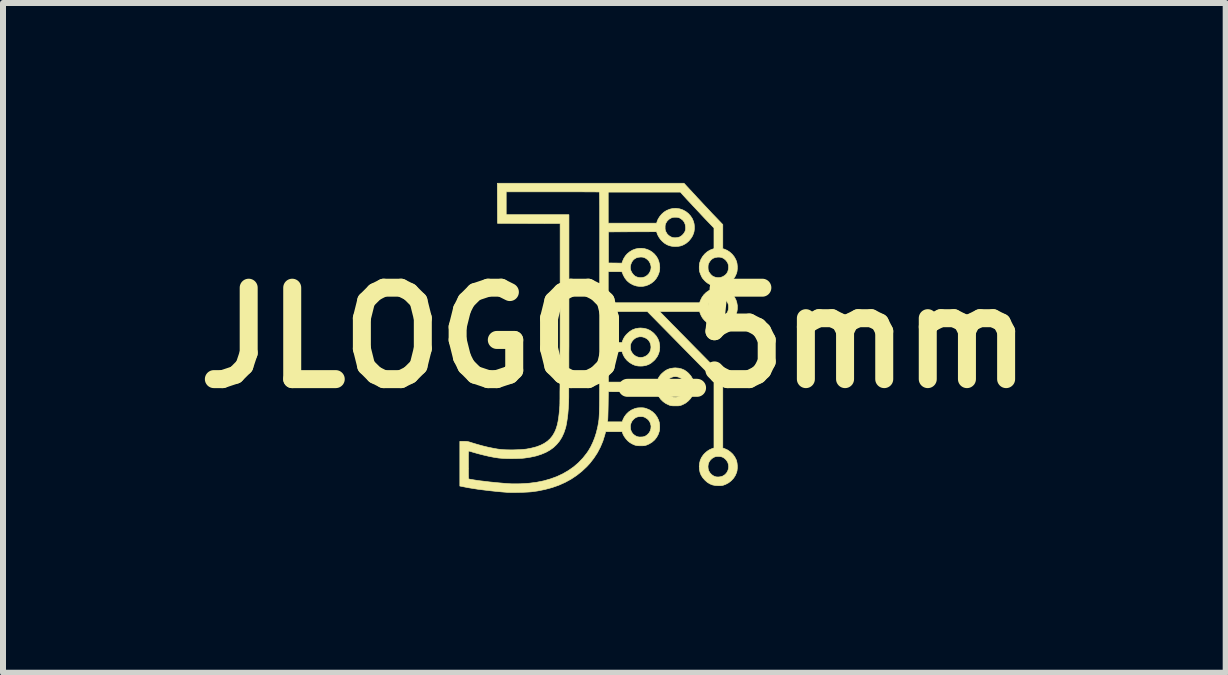
<source format=kicad_pcb>
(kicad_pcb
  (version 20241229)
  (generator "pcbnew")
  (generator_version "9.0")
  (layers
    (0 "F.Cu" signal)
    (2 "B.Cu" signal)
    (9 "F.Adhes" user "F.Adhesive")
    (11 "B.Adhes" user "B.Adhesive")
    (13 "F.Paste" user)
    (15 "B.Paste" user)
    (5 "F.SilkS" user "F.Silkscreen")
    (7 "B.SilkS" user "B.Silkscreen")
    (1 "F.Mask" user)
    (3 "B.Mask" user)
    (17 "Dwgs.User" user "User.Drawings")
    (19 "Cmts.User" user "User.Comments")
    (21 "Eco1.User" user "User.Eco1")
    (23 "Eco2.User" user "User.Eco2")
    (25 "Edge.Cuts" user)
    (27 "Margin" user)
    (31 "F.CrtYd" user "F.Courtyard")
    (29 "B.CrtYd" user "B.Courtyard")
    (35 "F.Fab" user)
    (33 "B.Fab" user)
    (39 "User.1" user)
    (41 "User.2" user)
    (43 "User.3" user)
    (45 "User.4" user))
  (footprint "JLOGO_5mm"
    (layer "F.Cu")
    (at 7.192 2.581)
    (property "Reference" "JLOGO_5mm" (at 0 0 0) (layer "F.SilkS") (effects (font (size 1.524 1.524) (thickness 0.3))))
    (attr through_hole)
    (fp_poly (pts (xy 1.219 -2.513) (xy 1.235 -2.496) (xy 1.257 -2.472) (xy 1.284 -2.444) (xy 1.314 -2.411) (xy 1.347 -2.376) (xy 1.381 -2.338) (xy 1.416 -2.301) (xy 1.432 -2.284) (xy 1.47 -2.243) (xy 1.51 -2.2) (xy 1.551 -2.157) (xy 1.591 -2.114) (xy 1.629 -2.073) (xy 1.664 -2.037) (xy 1.694 -2.006) (xy 1.698 -2.002) (xy 1.808 -1.887) (xy 1.808 -1.485) (xy 1.835 -1.477) (xy 1.881 -1.457) (xy 1.924 -1.429) (xy 1.964 -1.393) (xy 1.997 -1.352) (xy 2.023 -1.306) (xy 2.039 -1.267) (xy 2.046 -1.233) (xy 2.05 -1.192) (xy 2.05 -1.15) (xy 2.046 -1.11) (xy 2.039 -1.079) (xy 2.017 -1.029) (xy 1.988 -0.982) (xy 1.95 -0.942) (xy 1.906 -0.907) (xy 1.857 -0.881) (xy 1.834 -0.872) (xy 1.812 -0.865) (xy 1.794 -0.86) (xy 1.775 -0.858) (xy 1.752 -0.857) (xy 1.735 -0.856) (xy 1.706 -0.857) (xy 1.683 -0.859) (xy 1.664 -0.862) (xy 1.644 -0.868) (xy 1.643 -0.868) (xy 1.6 -0.885) (xy 1.563 -0.905) (xy 1.528 -0.931) (xy 1.508 -0.95) (xy 1.487 -0.973) (xy 1.47 -0.993) (xy 1.457 -1.015) (xy 1.449 -1.032) (xy 1.439 -1.055) (xy 1.43 -1.078) (xy 1.423 -1.098) (xy 1.422 -1.102) (xy 1.417 -1.13) (xy 1.415 -1.163) (xy 1.416 -1.174) (xy 1.562 -1.174) (xy 1.563 -1.149) (xy 1.565 -1.131) (xy 1.57 -1.116) (xy 1.575 -1.102) (xy 1.59 -1.078) (xy 1.609 -1.054) (xy 1.631 -1.034) (xy 1.648 -1.022) (xy 1.687 -1.008) (xy 1.727 -1.002) (xy 1.768 -1.005) (xy 1.804 -1.017) (xy 1.841 -1.039) (xy 1.87 -1.066) (xy 1.89 -1.1) (xy 1.901 -1.139) (xy 1.904 -1.166) (xy 1.903 -1.205) (xy 1.894 -1.238) (xy 1.878 -1.268) (xy 1.855 -1.296) (xy 1.825 -1.321) (xy 1.795 -1.336) (xy 1.762 -1.344) (xy 1.725 -1.345) (xy 1.682 -1.338) (xy 1.645 -1.324) (xy 1.614 -1.301) (xy 1.589 -1.269) (xy 1.579 -1.251) (xy 1.57 -1.232) (xy 1.565 -1.217) (xy 1.563 -1.201) (xy 1.562 -1.18) (xy 1.562 -1.174) (xy 1.416 -1.174) (xy 1.416 -1.198) (xy 1.419 -1.231) (xy 1.425 -1.257) (xy 1.444 -1.308) (xy 1.472 -1.355) (xy 1.507 -1.397) (xy 1.547 -1.432) (xy 1.592 -1.46) (xy 1.626 -1.474) (xy 1.661 -1.486) (xy 1.661 -1.658) (xy 1.661 -1.83) (xy 1.558 -1.937) (xy 1.536 -1.96) (xy 1.51 -1.987) (xy 1.48 -2.019) (xy 1.447 -2.054) (xy 1.413 -2.091) (xy 1.377 -2.129) (xy 1.34 -2.169) (xy 1.303 -2.208) (xy 1.268 -2.246) (xy 1.234 -2.282) (xy 1.203 -2.315) (xy 1.176 -2.345) (xy 1.152 -2.371) (xy 1.134 -2.391) (xy 1.121 -2.406) (xy 1.116 -2.411) (xy 1.102 -2.428) (xy -0.102 -2.428) (xy -0.102 -1.91) (xy 0.705 -1.91) (xy 0.711 -1.932) (xy 0.729 -1.977) (xy 0.756 -2.02) (xy 0.789 -2.06) (xy 0.827 -2.094) (xy 0.869 -2.121) (xy 0.874 -2.123) (xy 0.925 -2.144) (xy 0.974 -2.155) (xy 1.025 -2.158) (xy 1.035 -2.157) (xy 1.091 -2.149) (xy 1.143 -2.131) (xy 1.191 -2.105) (xy 1.234 -2.071) (xy 1.271 -2.03) (xy 1.301 -1.984) (xy 1.321 -1.934) (xy 1.33 -1.898) (xy 1.334 -1.856) (xy 1.334 -1.813) (xy 1.329 -1.772) (xy 1.322 -1.745) (xy 1.303 -1.698) (xy 1.275 -1.654) (xy 1.242 -1.614) (xy 1.203 -1.58) (xy 1.182 -1.566) (xy 1.143 -1.545) (xy 1.104 -1.531) (xy 1.063 -1.524) (xy 1.021 -1.522) (xy 0.983 -1.523) (xy 0.952 -1.527) (xy 0.922 -1.534) (xy 0.89 -1.546) (xy 0.869 -1.556) (xy 0.834 -1.578) (xy 0.8 -1.607) (xy 0.768 -1.642) (xy 0.741 -1.681) (xy 0.72 -1.721) (xy 0.711 -1.746) (xy 0.704 -1.768) (xy 0.303 -1.767) (xy -0.099 -1.765) (xy -0.099 -1.247) (xy 0.014 -1.246) (xy 0.126 -1.244) (xy 0.135 -1.271) (xy 0.156 -1.32) (xy 0.186 -1.367) (xy 0.215 -1.4) (xy 0.258 -1.435) (xy 0.304 -1.462) (xy 0.352 -1.48) (xy 0.4 -1.49) (xy 0.45 -1.492) (xy 0.498 -1.487) (xy 0.545 -1.474) (xy 0.589 -1.455) (xy 0.63 -1.429) (xy 0.667 -1.397) (xy 0.699 -1.359) (xy 0.725 -1.316) (xy 0.743 -1.268) (xy 0.754 -1.216) (xy 0.757 -1.175) (xy 0.756 -1.138) (xy 0.751 -1.107) (xy 0.742 -1.076) (xy 0.728 -1.042) (xy 0.724 -1.033) (xy 0.696 -0.986) (xy 0.661 -0.945) (xy 0.62 -0.912) (xy 0.575 -0.886) (xy 0.526 -0.867) (xy 0.475 -0.857) (xy 0.422 -0.856) (xy 0.369 -0.863) (xy 0.317 -0.88) (xy 0.302 -0.887) (xy 0.253 -0.915) (xy 0.211 -0.951) (xy 0.177 -0.994) (xy 0.149 -1.044) (xy 0.13 -1.093) (xy 0.128 -1.096) (xy 0.125 -1.099) (xy 0.118 -1.1) (xy 0.106 -1.101) (xy 0.089 -1.102) (xy 0.064 -1.102) (xy 0.031 -1.102) (xy 0.013 -1.102) (xy -0.102 -1.102) (xy -0.102 -0.584) (xy 1.421 -0.584) (xy 1.435 -0.621) (xy 1.46 -0.672) (xy 1.492 -0.717) (xy 1.532 -0.756) (xy 1.577 -0.787) (xy 1.627 -0.811) (xy 1.638 -0.814) (xy 1.667 -0.821) (xy 1.701 -0.825) (xy 1.738 -0.826) (xy 1.774 -0.825) (xy 1.805 -0.821) (xy 1.824 -0.816) (xy 1.879 -0.792) (xy 1.927 -0.762) (xy 1.968 -0.724) (xy 2.002 -0.68) (xy 2.028 -0.63) (xy 2.042 -0.586) (xy 2.051 -0.533) (xy 2.05 -0.477) (xy 2.045 -0.44) (xy 2.029 -0.39) (xy 2.005 -0.344) (xy 1.973 -0.301) (xy 1.934 -0.263) (xy 1.89 -0.233) (xy 1.842 -0.21) (xy 1.814 -0.2) (xy 1.778 -0.194) (xy 1.737 -0.192) (xy 1.696 -0.193) (xy 1.658 -0.199) (xy 1.643 -0.203) (xy 1.591 -0.224) (xy 1.544 -0.254) (xy 1.503 -0.29) (xy 1.468 -0.332) (xy 1.442 -0.38) (xy 1.43 -0.41) (xy 1.421 -0.437) (xy 0.756 -0.437) (xy 0.934 -0.255) (xy 0.964 -0.224) (xy 1.001 -0.187) (xy 1.044 -0.144) (xy 1.09 -0.096) (xy 1.141 -0.045) (xy 1.194 0.009) (xy 1.249 0.065) (xy 1.305 0.122) (xy 1.361 0.179) (xy 1.417 0.235) (xy 1.46 0.279) (xy 1.808 0.632) (xy 1.808 1.838) (xy 1.84 1.849) (xy 1.89 1.872) (xy 1.935 1.904) (xy 1.975 1.942) (xy 2.007 1.986) (xy 2.032 2.035) (xy 2.039 2.055) (xy 2.046 2.09) (xy 2.05 2.131) (xy 2.05 2.173) (xy 2.046 2.213) (xy 2.039 2.243) (xy 2.017 2.295) (xy 1.987 2.342) (xy 1.949 2.383) (xy 1.904 2.418) (xy 1.853 2.445) (xy 1.833 2.452) (xy 1.814 2.459) (xy 1.797 2.463) (xy 1.779 2.465) (xy 1.755 2.466) (xy 1.737 2.466) (xy 1.683 2.463) (xy 1.634 2.453) (xy 1.591 2.435) (xy 1.549 2.409) (xy 1.511 2.375) (xy 1.474 2.333) (xy 1.446 2.289) (xy 1.428 2.243) (xy 1.418 2.192) (xy 1.416 2.151) (xy 1.416 2.141) (xy 1.561 2.141) (xy 1.563 2.176) (xy 1.57 2.207) (xy 1.573 2.217) (xy 1.595 2.253) (xy 1.622 2.282) (xy 1.657 2.305) (xy 1.681 2.315) (xy 1.704 2.32) (xy 1.733 2.321) (xy 1.764 2.318) (xy 1.793 2.311) (xy 1.81 2.304) (xy 1.843 2.283) (xy 1.87 2.255) (xy 1.889 2.223) (xy 1.901 2.188) (xy 1.906 2.151) (xy 1.902 2.114) (xy 1.891 2.078) (xy 1.871 2.045) (xy 1.857 2.029) (xy 1.831 2.006) (xy 1.805 1.991) (xy 1.777 1.982) (xy 1.744 1.979) (xy 1.735 1.979) (xy 1.711 1.979) (xy 1.693 1.981) (xy 1.678 1.985) (xy 1.662 1.992) (xy 1.66 1.992) (xy 1.626 2.014) (xy 1.597 2.043) (xy 1.576 2.077) (xy 1.566 2.107) (xy 1.561 2.141) (xy 1.416 2.141) (xy 1.42 2.095) (xy 1.432 2.044) (xy 1.453 1.997) (xy 1.483 1.953) (xy 1.509 1.925) (xy 1.548 1.891) (xy 1.591 1.864) (xy 1.635 1.845) (xy 1.64 1.844) (xy 1.661 1.837) (xy 1.661 0.691) (xy 0.551 -0.437) (xy -0.102 -0.437) (xy -0.102 -0.178) (xy -0.102 0.081) (xy 0.013 0.08) (xy 0.128 0.079) (xy 0.137 0.052) (xy 0.152 0.016) (xy 0.171 -0.016) (xy 0.195 -0.047) (xy 0.216 -0.069) (xy 0.259 -0.106) (xy 0.304 -0.134) (xy 0.353 -0.152) (xy 0.406 -0.161) (xy 0.437 -0.163) (xy 0.494 -0.158) (xy 0.546 -0.145) (xy 0.594 -0.123) (xy 0.639 -0.091) (xy 0.661 -0.071) (xy 0.699 -0.028) (xy 0.727 0.019) (xy 0.746 0.069) (xy 0.755 0.123) (xy 0.757 0.157) (xy 0.753 0.212) (xy 0.739 0.263) (xy 0.717 0.31) (xy 0.685 0.355) (xy 0.663 0.379) (xy 0.62 0.416) (xy 0.575 0.444) (xy 0.526 0.462) (xy 0.473 0.471) (xy 0.441 0.472) (xy 0.402 0.471) (xy 0.369 0.466) (xy 0.338 0.457) (xy 0.304 0.443) (xy 0.302 0.442) (xy 0.255 0.414) (xy 0.213 0.379) (xy 0.178 0.338) (xy 0.151 0.293) (xy 0.135 0.251) (xy 0.128 0.231) (xy 0.013 0.23) (xy -0.102 0.228) (xy -0.1 0.484) (xy -0.099 0.739) (xy 0.707 0.739) (xy 0.717 0.712) (xy 0.738 0.665) (xy 0.768 0.621) (xy 0.793 0.595) (xy 0.836 0.558) (xy 0.882 0.53) (xy 0.932 0.512) (xy 0.987 0.504) (xy 1.016 0.502) (xy 1.073 0.507) (xy 1.125 0.52) (xy 1.172 0.541) (xy 1.216 0.573) (xy 1.239 0.594) (xy 1.277 0.638) (xy 1.305 0.686) (xy 1.324 0.736) (xy 1.334 0.789) (xy 1.335 0.843) (xy 1.326 0.898) (xy 1.307 0.951) (xy 1.298 0.97) (xy 1.269 1.015) (xy 1.231 1.055) (xy 1.188 1.089) (xy 1.139 1.115) (xy 1.121 1.122) (xy 1.105 1.128) (xy 1.09 1.131) (xy 1.075 1.134) (xy 1.056 1.135) (xy 1.03 1.135) (xy 1.016 1.135) (xy 0.987 1.135) (xy 0.966 1.134) (xy 0.949 1.132) (xy 0.935 1.129) (xy 0.921 1.125) (xy 0.913 1.122) (xy 0.86 1.097) (xy 0.814 1.065) (xy 0.774 1.026) (xy 0.742 0.982) (xy 0.719 0.934) (xy 0.718 0.932) (xy 0.707 0.902) (xy 0.303 0.9) (xy -0.1 0.899) (xy -0.103 1.121) (xy -0.104 1.169) (xy -0.105 1.215) (xy -0.106 1.257) (xy -0.107 1.295) (xy -0.108 1.326) (xy -0.109 1.351) (xy -0.11 1.368) (xy -0.111 1.373) (xy -0.115 1.402) (xy 0.13 1.402) (xy 0.142 1.37) (xy 0.166 1.32) (xy 0.199 1.275) (xy 0.239 1.236) (xy 0.285 1.205) (xy 0.337 1.182) (xy 0.343 1.18) (xy 0.364 1.174) (xy 0.384 1.17) (xy 0.406 1.168) (xy 0.432 1.167) (xy 0.439 1.167) (xy 0.467 1.167) (xy 0.489 1.169) (xy 0.507 1.172) (xy 0.527 1.178) (xy 0.536 1.181) (xy 0.59 1.204) (xy 0.637 1.235) (xy 0.678 1.274) (xy 0.711 1.319) (xy 0.737 1.372) (xy 0.74 1.381) (xy 0.75 1.415) (xy 0.755 1.454) (xy 0.756 1.496) (xy 0.754 1.535) (xy 0.75 1.557) (xy 0.732 1.61) (xy 0.706 1.658) (xy 0.672 1.702) (xy 0.63 1.739) (xy 0.582 1.769) (xy 0.544 1.786) (xy 0.527 1.792) (xy 0.512 1.796) (xy 0.497 1.799) (xy 0.478 1.8) (xy 0.453 1.8) (xy 0.439 1.8) (xy 0.407 1.8) (xy 0.381 1.798) (xy 0.359 1.794) (xy 0.338 1.788) (xy 0.313 1.777) (xy 0.29 1.766) (xy 0.256 1.745) (xy 0.222 1.717) (xy 0.192 1.683) (xy 0.165 1.646) (xy 0.145 1.609) (xy 0.137 1.586) (xy 0.13 1.565) (xy -0.007 1.565) (xy -0.145 1.565) (xy -0.159 1.619) (xy -0.191 1.722) (xy -0.233 1.822) (xy -0.283 1.918) (xy -0.343 2.009) (xy -0.41 2.095) (xy -0.459 2.148) (xy -0.542 2.226) (xy -0.629 2.295) (xy -0.722 2.357) (xy -0.821 2.411) (xy -0.926 2.458) (xy -1.037 2.497) (xy -1.156 2.529) (xy -1.28 2.554) (xy -1.382 2.568) (xy -1.405 2.57) (xy -1.436 2.572) (xy -1.474 2.574) (xy -1.516 2.576) (xy -1.561 2.577) (xy -1.606 2.578) (xy -1.651 2.579) (xy -1.692 2.579) (xy -1.728 2.579) (xy -1.757 2.578) (xy -1.773 2.578) (xy -1.877 2.57) (xy -1.981 2.56) (xy -2.083 2.549) (xy -2.183 2.537) (xy -2.277 2.525) (xy -2.365 2.511) (xy -2.446 2.498) (xy -2.48 2.491) (xy -2.576 2.472) (xy -2.576 2.121) (xy -2.433 2.121) (xy -2.433 2.175) (xy -2.433 2.22) (xy -2.433 2.257) (xy -2.433 2.287) (xy -2.432 2.309) (xy -2.432 2.326) (xy -2.431 2.338) (xy -2.43 2.346) (xy -2.428 2.351) (xy -2.426 2.353) (xy -2.424 2.354) (xy -2.404 2.359) (xy -2.374 2.364) (xy -2.337 2.37) (xy -2.293 2.377) (xy -2.244 2.384) (xy -2.19 2.39) (xy -2.133 2.397) (xy -2.075 2.404) (xy -2.015 2.41) (xy -1.956 2.416) (xy -1.899 2.421) (xy -1.844 2.426) (xy -1.794 2.43) (xy -1.748 2.433) (xy -1.709 2.435) (xy -1.707 2.435) (xy -1.664 2.435) (xy -1.615 2.435) (xy -1.562 2.434) (xy -1.509 2.431) (xy -1.459 2.428) (xy -1.42 2.425) (xy -1.296 2.409) (xy -1.177 2.385) (xy -1.065 2.353) (xy -0.958 2.314) (xy -0.858 2.267) (xy -0.765 2.213) (xy -0.678 2.152) (xy -0.599 2.084) (xy -0.526 2.008) (xy -0.461 1.926) (xy -0.43 1.881) (xy -0.393 1.817) (xy -0.359 1.746) (xy -0.328 1.669) (xy -0.302 1.588) (xy -0.281 1.504) (xy -0.279 1.498) (xy 0.267 1.498) (xy 0.273 1.535) (xy 0.287 1.57) (xy 0.309 1.601) (xy 0.337 1.625) (xy 0.364 1.641) (xy 0.391 1.651) (xy 0.421 1.655) (xy 0.447 1.654) (xy 0.472 1.653) (xy 0.492 1.649) (xy 0.508 1.643) (xy 0.516 1.64) (xy 0.55 1.617) (xy 0.578 1.587) (xy 0.598 1.553) (xy 0.609 1.515) (xy 0.612 1.476) (xy 0.609 1.456) (xy 0.597 1.415) (xy 0.577 1.38) (xy 0.548 1.351) (xy 0.511 1.328) (xy 0.509 1.327) (xy 0.492 1.32) (xy 0.477 1.316) (xy 0.459 1.314) (xy 0.437 1.314) (xy 0.401 1.316) (xy 0.372 1.324) (xy 0.346 1.338) (xy 0.321 1.359) (xy 0.295 1.389) (xy 0.278 1.424) (xy 0.268 1.46) (xy 0.267 1.498) (xy -0.279 1.498) (xy -0.265 1.42) (xy -0.262 1.401) (xy -0.26 1.39) (xy -0.259 1.378) (xy -0.257 1.367) (xy -0.256 1.354) (xy -0.255 1.341) (xy -0.254 1.326) (xy -0.253 1.309) (xy -0.252 1.291) (xy -0.251 1.27) (xy -0.25 1.247) (xy -0.249 1.22) (xy -0.249 1.191) (xy -0.248 1.157) (xy -0.247 1.12) (xy -0.247 1.079) (xy -0.246 1.033) (xy -0.246 0.982) (xy -0.246 0.926) (xy -0.245 0.864) (xy -0.245 0.82) (xy 0.846 0.82) (xy 0.846 0.844) (xy 0.848 0.861) (xy 0.851 0.875) (xy 0.858 0.889) (xy 0.86 0.894) (xy 0.884 0.93) (xy 0.913 0.958) (xy 0.947 0.978) (xy 0.984 0.99) (xy 1.024 0.992) (xy 1.064 0.985) (xy 1.088 0.977) (xy 1.12 0.958) (xy 1.148 0.932) (xy 1.169 0.9) (xy 1.178 0.881) (xy 1.184 0.862) (xy 1.188 0.845) (xy 1.188 0.824) (xy 1.188 0.81) (xy 1.181 0.768) (xy 1.166 0.731) (xy 1.142 0.7) (xy 1.111 0.675) (xy 1.072 0.657) (xy 1.06 0.653) (xy 1.022 0.647) (xy 0.984 0.65) (xy 0.947 0.662) (xy 0.914 0.682) (xy 0.885 0.708) (xy 0.862 0.741) (xy 0.86 0.746) (xy 0.853 0.762) (xy 0.849 0.776) (xy 0.846 0.792) (xy 0.846 0.815) (xy 0.846 0.82) (xy -0.245 0.82) (xy -0.245 0.796) (xy -0.245 0.722) (xy -0.245 0.642) (xy -0.244 0.555) (xy -0.244 0.46) (xy -0.244 0.358) (xy -0.244 0.248) (xy -0.244 0.154) (xy 0.267 0.154) (xy 0.267 0.155) (xy 0.268 0.179) (xy 0.271 0.198) (xy 0.277 0.216) (xy 0.28 0.224) (xy 0.302 0.26) (xy 0.33 0.289) (xy 0.363 0.311) (xy 0.399 0.324) (xy 0.438 0.329) (xy 0.478 0.324) (xy 0.512 0.312) (xy 0.547 0.291) (xy 0.574 0.263) (xy 0.595 0.229) (xy 0.607 0.191) (xy 0.611 0.155) (xy 0.606 0.113) (xy 0.592 0.075) (xy 0.571 0.042) (xy 0.541 0.015) (xy 0.537 0.013) (xy 0.499 -0.006) (xy 0.461 -0.016) (xy 0.422 -0.017) (xy 0.384 -0.009) (xy 0.35 0.007) (xy 0.319 0.031) (xy 0.293 0.063) (xy 0.283 0.08) (xy 0.275 0.099) (xy 0.27 0.115) (xy 0.267 0.132) (xy 0.267 0.154) (xy -0.244 0.154) (xy -0.244 0.13) (xy -0.244 0.004) (xy -0.244 -0.132) (xy -0.244 -0.276) (xy -0.244 -0.43) (xy -0.244 -0.508) (xy 1.562 -0.508) (xy 1.563 -0.482) (xy 1.566 -0.463) (xy 1.571 -0.446) (xy 1.573 -0.441) (xy 1.593 -0.408) (xy 1.621 -0.379) (xy 1.653 -0.356) (xy 1.689 -0.341) (xy 1.694 -0.34) (xy 1.717 -0.337) (xy 1.746 -0.338) (xy 1.775 -0.343) (xy 1.801 -0.35) (xy 1.806 -0.352) (xy 1.837 -0.371) (xy 1.865 -0.397) (xy 1.886 -0.427) (xy 1.889 -0.434) (xy 1.9 -0.466) (xy 1.904 -0.503) (xy 1.903 -0.54) (xy 1.895 -0.571) (xy 1.878 -0.603) (xy 1.854 -0.632) (xy 1.825 -0.656) (xy 1.811 -0.664) (xy 1.782 -0.675) (xy 1.748 -0.68) (xy 1.712 -0.68) (xy 1.679 -0.674) (xy 1.671 -0.671) (xy 1.635 -0.652) (xy 1.605 -0.625) (xy 1.581 -0.591) (xy 1.579 -0.585) (xy 1.57 -0.567) (xy 1.565 -0.552) (xy 1.563 -0.536) (xy 1.562 -0.515) (xy 1.562 -0.508) (xy -0.244 -0.508) (xy -0.244 -0.594) (xy -0.244 -0.613) (xy -0.244 -0.775) (xy -0.244 -0.927) (xy -0.244 -1.07) (xy -0.244 -1.161) (xy 0.266 -1.161) (xy 0.266 -1.156) (xy 0.275 -1.121) (xy 0.291 -1.088) (xy 0.313 -1.057) (xy 0.339 -1.032) (xy 0.356 -1.021) (xy 0.391 -1.008) (xy 0.429 -1.002) (xy 0.468 -1.004) (xy 0.505 -1.014) (xy 0.514 -1.018) (xy 0.547 -1.039) (xy 0.574 -1.066) (xy 0.594 -1.099) (xy 0.608 -1.135) (xy 0.613 -1.173) (xy 0.61 -1.201) (xy 0.598 -1.24) (xy 0.578 -1.276) (xy 0.551 -1.305) (xy 0.518 -1.328) (xy 0.5 -1.336) (xy 0.481 -1.342) (xy 0.463 -1.345) (xy 0.443 -1.346) (xy 0.429 -1.345) (xy 0.394 -1.341) (xy 0.364 -1.331) (xy 0.335 -1.313) (xy 0.329 -1.309) (xy 0.308 -1.288) (xy 0.289 -1.259) (xy 0.276 -1.227) (xy 0.267 -1.193) (xy 0.266 -1.161) (xy -0.244 -1.161) (xy -0.244 -1.203) (xy -0.244 -1.328) (xy -0.244 -1.444) (xy -0.244 -1.551) (xy -0.244 -1.651) (xy -0.244 -1.743) (xy -0.244 -1.827) (xy -0.244 -1.839) (xy 0.846 -1.839) (xy 0.846 -1.815) (xy 0.849 -1.797) (xy 0.853 -1.781) (xy 0.859 -1.768) (xy 0.879 -1.733) (xy 0.905 -1.706) (xy 0.937 -1.685) (xy 0.964 -1.673) (xy 0.988 -1.668) (xy 1.017 -1.667) (xy 1.048 -1.67) (xy 1.077 -1.677) (xy 1.094 -1.683) (xy 1.124 -1.703) (xy 1.151 -1.73) (xy 1.172 -1.761) (xy 1.179 -1.777) (xy 1.185 -1.796) (xy 1.188 -1.813) (xy 1.188 -1.835) (xy 1.188 -1.847) (xy 1.181 -1.89) (xy 1.166 -1.927) (xy 1.142 -1.959) (xy 1.109 -1.985) (xy 1.088 -1.997) (xy 1.074 -2.003) (xy 1.058 -2.007) (xy 1.039 -2.009) (xy 1.019 -2.009) (xy 0.994 -2.009) (xy 0.977 -2.007) (xy 0.962 -2.003) (xy 0.946 -1.996) (xy 0.944 -1.996) (xy 0.909 -1.974) (xy 0.88 -1.945) (xy 0.859 -1.911) (xy 0.852 -1.894) (xy 0.848 -1.878) (xy 0.846 -1.859) (xy 0.846 -1.839) (xy -0.244 -1.839) (xy -0.244 -1.904) (xy -0.245 -1.975) (xy -0.245 -2.039) (xy -0.245 -2.097) (xy -0.245 -2.149) (xy -0.245 -2.195) (xy -0.246 -2.236) (xy -0.246 -2.272) (xy -0.246 -2.304) (xy -0.247 -2.331) (xy -0.247 -2.354) (xy -0.247 -2.373) (xy -0.248 -2.389) (xy -0.248 -2.402) (xy -0.249 -2.412) (xy -0.249 -2.42) (xy -0.25 -2.425) (xy -0.251 -2.428) (xy -0.251 -2.43) (xy -0.252 -2.43) (xy -0.258 -2.431) (xy -0.273 -2.431) (xy -0.298 -2.431) (xy -0.331 -2.432) (xy -0.372 -2.432) (xy -0.42 -2.432) (xy -0.475 -2.432) (xy -0.537 -2.433) (xy -0.604 -2.433) (xy -0.676 -2.433) (xy -0.753 -2.433) (xy -0.833 -2.433) (xy -0.918 -2.433) (xy -1.005 -2.433) (xy -1.032 -2.433) (xy -1.803 -2.433) (xy -1.803 -2.052) (xy -0.757 -2.052) (xy -0.757 -0.535) (xy -0.757 -0.389) (xy -0.757 -0.249) (xy -0.757 -0.114) (xy -0.757 0.016) (xy -0.757 0.14) (xy -0.758 0.257) (xy -0.758 0.368) (xy -0.758 0.473) (xy -0.758 0.57) (xy -0.759 0.66) (xy -0.759 0.742) (xy -0.759 0.817) (xy -0.76 0.883) (xy -0.76 0.941) (xy -0.76 0.989) (xy -0.761 1.029) (xy -0.761 1.059) (xy -0.762 1.08) (xy -0.762 1.087) (xy -0.768 1.183) (xy -0.775 1.271) (xy -0.785 1.35) (xy -0.796 1.421) (xy -0.808 1.481) (xy -0.816 1.51) (xy -0.842 1.587) (xy -0.875 1.658) (xy -0.914 1.721) (xy -0.961 1.778) (xy -1.014 1.829) (xy -1.075 1.873) (xy -1.143 1.911) (xy -1.22 1.943) (xy -1.304 1.97) (xy -1.396 1.99) (xy -1.494 2.005) (xy -1.533 2.009) (xy -1.581 2.011) (xy -1.633 2.013) (xy -1.688 2.014) (xy -1.744 2.014) (xy -1.799 2.013) (xy -1.849 2.011) (xy -1.894 2.008) (xy -1.928 2.005) (xy -2.007 1.993) (xy -2.093 1.976) (xy -2.183 1.955) (xy -2.277 1.931) (xy -2.368 1.905) (xy -2.389 1.898) (xy -2.408 1.893) (xy -2.421 1.89) (xy -2.425 1.89) (xy -2.427 1.89) (xy -2.429 1.893) (xy -2.43 1.898) (xy -2.431 1.908) (xy -2.432 1.921) (xy -2.432 1.94) (xy -2.433 1.965) (xy -2.433 1.998) (xy -2.433 2.038) (xy -2.433 2.087) (xy -2.433 2.121) (xy -2.576 2.121) (xy -2.576 1.727) (xy -2.512 1.727) (xy -2.486 1.727) (xy -2.465 1.728) (xy -2.448 1.73) (xy -2.43 1.734) (xy -2.408 1.74) (xy -2.384 1.748) (xy -2.288 1.777) (xy -2.194 1.803) (xy -2.104 1.825) (xy -2.02 1.842) (xy -1.942 1.856) (xy -1.89 1.862) (xy -1.846 1.866) (xy -1.796 1.868) (xy -1.741 1.869) (xy -1.684 1.869) (xy -1.626 1.867) (xy -1.571 1.865) (xy -1.521 1.861) (xy -1.477 1.857) (xy -1.462 1.855) (xy -1.376 1.838) (xy -1.299 1.818) (xy -1.23 1.792) (xy -1.169 1.761) (xy -1.116 1.725) (xy -1.07 1.683) (xy -1.031 1.635) (xy -0.999 1.581) (xy -0.997 1.577) (xy -0.979 1.538) (xy -0.964 1.496) (xy -0.95 1.448) (xy -0.939 1.396) (xy -0.929 1.336) (xy -0.921 1.27) (xy -0.914 1.195) (xy -0.909 1.13) (xy -0.909 1.116) (xy -0.908 1.093) (xy -0.908 1.059) (xy -0.907 1.015) (xy -0.907 0.963) (xy -0.907 0.9) (xy -0.906 0.829) (xy -0.906 0.749) (xy -0.906 0.659) (xy -0.905 0.561) (xy -0.905 0.455) (xy -0.905 0.34) (xy -0.905 0.217) (xy -0.904 0.086) (xy -0.904 -0.052) (xy -0.904 -0.199) (xy -0.904 -0.353) (xy -0.904 -0.428) (xy -0.904 -1.905) (xy -1.426 -1.906) (xy -1.948 -1.908) (xy -1.951 -2.576) (xy 1.161 -2.576) (xy 1.219 -2.513)) (stroke (width 0.01) (type solid)) (fill yes) (layer "F.SilkS")))
  (gr_rect
    (start -3 -3)
    (end 17.384 8.165)
    (stroke (width 0.1) (type default))
    (fill no)
    (layer "Edge.Cuts")))
</source>
